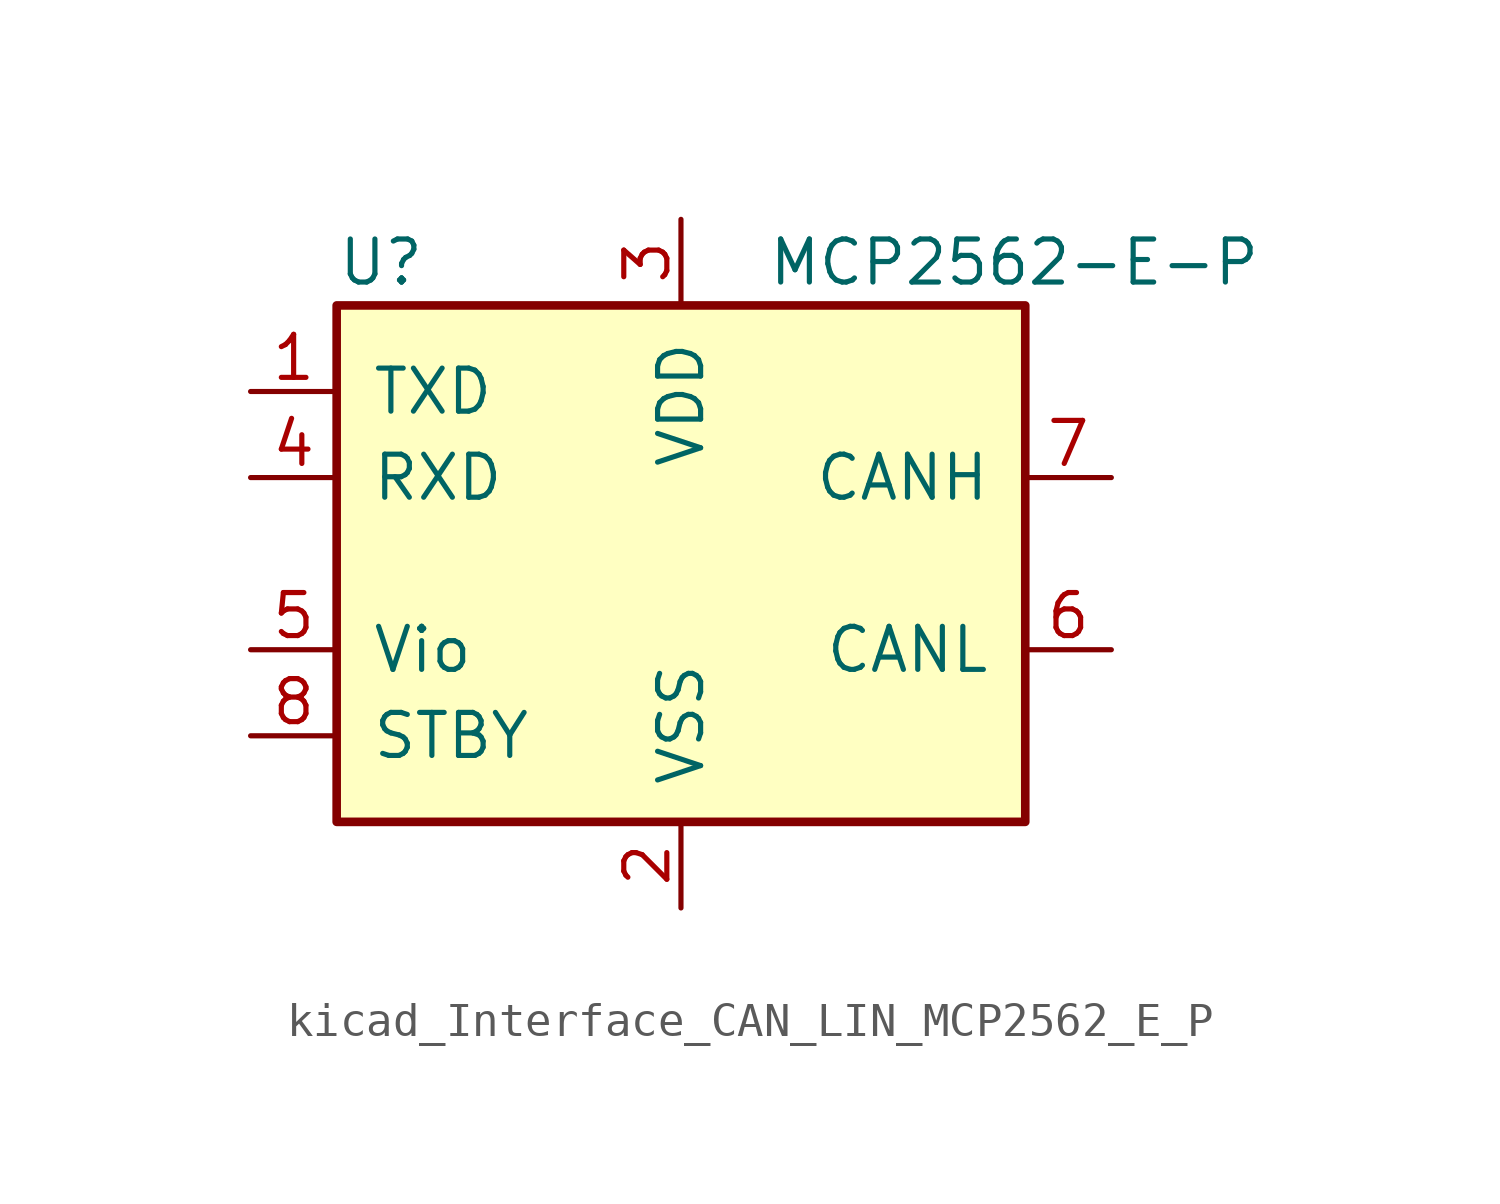
<source format=kicad_sym>
(kicad_symbol_lib
  (version 20220914)
  (generator kicad_symbol_editor)
  (symbol "kicad_Interface_CAN_LIN_MCP2562_E_P"
    (pin_names
      (offset 1.016))
    (property "Reference" "U"
      (at -10.16 8.89 0)
      (effects (font (size 1.27 1.27)) (justify left)))
    (property "Value" "MCP2562-E-P"
      (at 2.54 8.89 0)
      (effects (font (size 1.27 1.27)) (justify left)))
    (symbol "kicad_Interface_CAN_LIN_MCP2562_E_P_0_1"
      (rectangle (start -10.16 7.62) (end 10.16 -7.62) (stroke (width 0.254) (type default)) (fill (type background))))
    (symbol "kicad_Interface_CAN_LIN_MCP2562_E_P_1_1"
      (pin input line (at -12.7 5.08 0) (length 2.54) (name "TXD" (effects (font (size 1.27 1.27)))) (number "1" (effects (font (size 1.27 1.27)))))
      (pin power_in line (at 0 -10.16 90) (length 2.54) (name "VSS" (effects (font (size 1.27 1.27)))) (number "2" (effects (font (size 1.27 1.27)))))
      (pin power_in line (at 0 10.16 270) (length 2.54) (name "VDD" (effects (font (size 1.27 1.27)))) (number "3" (effects (font (size 1.27 1.27)))))
      (pin output line (at -12.7 2.54 0) (length 2.54) (name "RXD" (effects (font (size 1.27 1.27)))) (number "4" (effects (font (size 1.27 1.27)))))
      (pin power_in line (at -12.7 -2.54 0) (length 2.54) (name "Vio" (effects (font (size 1.27 1.27)))) (number "5" (effects (font (size 1.27 1.27)))))
      (pin bidirectional line (at 12.7 -2.54 180) (length 2.54) (name "CANL" (effects (font (size 1.27 1.27)))) (number "6" (effects (font (size 1.27 1.27)))))
      (pin bidirectional line (at 12.7 2.54 180) (length 2.54) (name "CANH" (effects (font (size 1.27 1.27)))) (number "7" (effects (font (size 1.27 1.27)))))
      (pin input line (at -12.7 -5.08 0) (length 2.54) (name "STBY" (effects (font (size 1.27 1.27)))) (number "8" (effects (font (size 1.27 1.27))))))))
</source>
